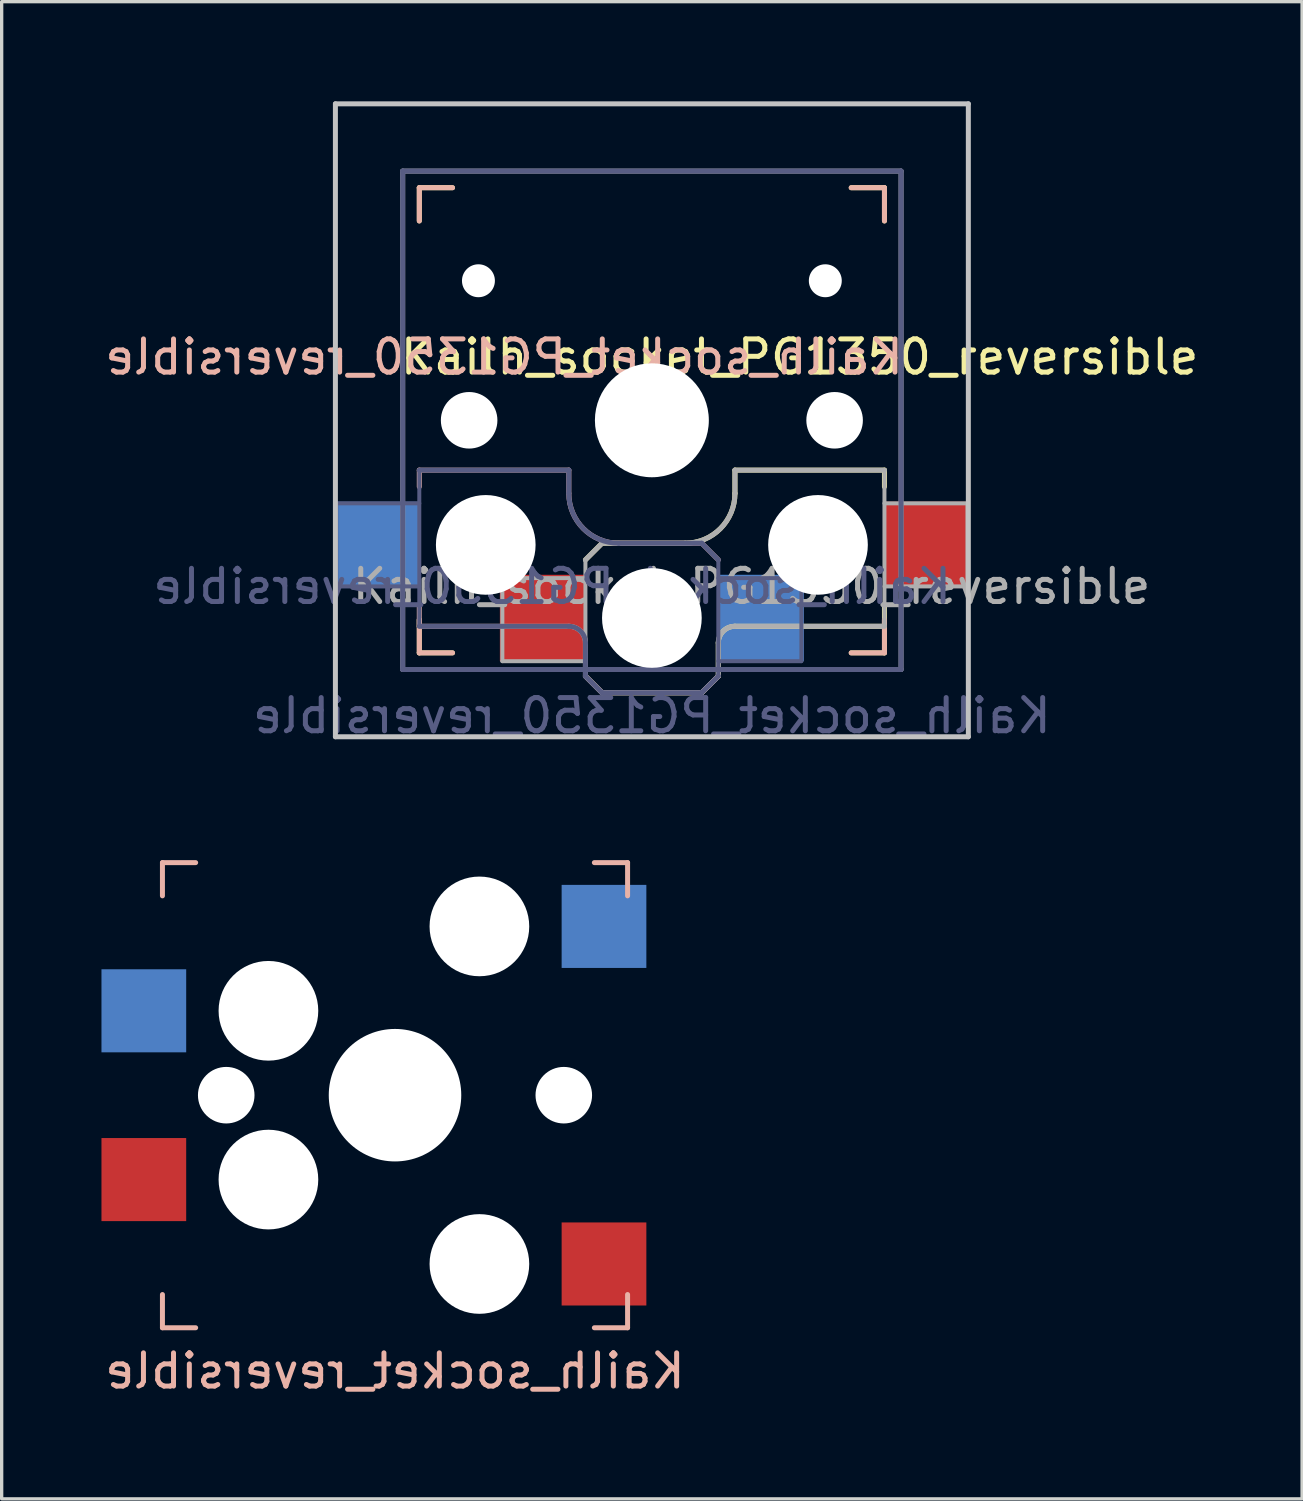
<source format=kicad_pcb>
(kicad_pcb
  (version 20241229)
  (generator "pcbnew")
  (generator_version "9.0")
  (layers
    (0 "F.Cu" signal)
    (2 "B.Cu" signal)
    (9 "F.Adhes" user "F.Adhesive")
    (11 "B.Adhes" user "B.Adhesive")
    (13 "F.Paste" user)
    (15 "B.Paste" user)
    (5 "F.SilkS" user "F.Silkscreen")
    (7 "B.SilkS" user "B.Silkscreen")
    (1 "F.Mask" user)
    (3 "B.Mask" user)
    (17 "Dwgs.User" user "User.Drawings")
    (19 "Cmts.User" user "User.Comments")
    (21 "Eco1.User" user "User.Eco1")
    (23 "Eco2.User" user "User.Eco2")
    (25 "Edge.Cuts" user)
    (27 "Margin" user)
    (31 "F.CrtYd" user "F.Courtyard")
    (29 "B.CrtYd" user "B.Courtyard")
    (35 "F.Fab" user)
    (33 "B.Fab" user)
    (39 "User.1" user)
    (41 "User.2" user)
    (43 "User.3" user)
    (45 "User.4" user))
  (footprint "Kailh_socket_PG1350_reversible"
    (layer "F.Cu")
    (at 16.57 9.6)
    (property "Reference" "Kailh_socket_PG1350_reversible" (at 4.445 -1.905 0) (layer "F.SilkS") (effects (font (size 1 1) (thickness 0.15))))
    (property "Value" "Kailh_socket_PG1350_reversible" (at 0 8.89 0) (layer "F.Fab") (hide yes) (effects (font (size 1 1) (thickness 0.15))))
    (attr smd)
    (fp_line (start -7 -7) (end -6 -7) (stroke (width 0.15) (type solid)) (layer "F.SilkS"))
    (fp_line (start -7 -6) (end -7 -7) (stroke (width 0.15) (type solid)) (layer "F.SilkS"))
    (fp_line (start -7 7) (end -7 6) (stroke (width 0.15) (type solid)) (layer "F.SilkS"))
    (fp_line (start -6 7) (end -7 7) (stroke (width 0.15) (type solid)) (layer "F.SilkS"))
    (fp_line (start -2 4.2) (end -1.5 3.7) (stroke (width 0.15) (type solid)) (layer "F.SilkS"))
    (fp_line (start -2 7.7) (end -1.5 8.2) (stroke (width 0.15) (type solid)) (layer "F.SilkS"))
    (fp_line (start -1.5 3.7) (end 1 3.7) (stroke (width 0.15) (type solid)) (layer "F.SilkS"))
    (fp_line (start -1.5 8.2) (end 1.5 8.2) (stroke (width 0.15) (type solid)) (layer "F.SilkS"))
    (fp_line (start 1.5 8.2) (end 2 7.7) (stroke (width 0.15) (type solid)) (layer "F.SilkS"))
    (fp_line (start 2 6.7) (end 2 7.7) (stroke (width 0.15) (type solid)) (layer "F.SilkS"))
    (fp_line (start 2.5 1.5) (end 7 1.5) (stroke (width 0.15) (type solid)) (layer "F.SilkS"))
    (fp_line (start 2.5 2.2) (end 2.5 1.5) (stroke (width 0.15) (type solid)) (layer "F.SilkS"))
    (fp_line (start 6 -7) (end 7 -7) (stroke (width 0.15) (type solid)) (layer "F.SilkS"))
    (fp_line (start 7 -7) (end 7 -6) (stroke (width 0.15) (type solid)) (layer "F.SilkS"))
    (fp_line (start 7 1.5) (end 7 2) (stroke (width 0.15) (type solid)) (layer "F.SilkS"))
    (fp_line (start 7 5.6) (end 7 6.2) (stroke (width 0.15) (type solid)) (layer "F.SilkS"))
    (fp_line (start 7 6) (end 7 7) (stroke (width 0.15) (type solid)) (layer "F.SilkS"))
    (fp_line (start 7 6.2) (end 2.5 6.2) (stroke (width 0.15) (type solid)) (layer "F.SilkS"))
    (fp_line (start 7 7) (end 6 7) (stroke (width 0.15) (type solid)) (layer "F.SilkS"))
    (fp_arc (start 2 6.7) (mid 2.146447 6.346447) (end 2.5 6.2) (stroke (width 0.15) (type solid)) (layer "F.SilkS"))
    (fp_arc (start 2.5 2.2) (mid 2.06066 3.26066) (end 1 3.7) (stroke (width 0.15) (type solid)) (layer "F.SilkS"))
    (fp_line (start -7 -7) (end -6 -7) (stroke (width 0.15) (type solid)) (layer "B.SilkS"))
    (fp_line (start -7 -6) (end -7 -7) (stroke (width 0.15) (type solid)) (layer "B.SilkS"))
    (fp_line (start -7 1.5) (end -7 2) (stroke (width 0.15) (type solid)) (layer "B.SilkS"))
    (fp_line (start -7 5.6) (end -7 6.2) (stroke (width 0.15) (type solid)) (layer "B.SilkS"))
    (fp_line (start -7 6.2) (end -2.5 6.2) (stroke (width 0.15) (type solid)) (layer "B.SilkS"))
    (fp_line (start -7 7) (end -7 6) (stroke (width 0.15) (type solid)) (layer "B.SilkS"))
    (fp_line (start -6 7) (end -7 7) (stroke (width 0.15) (type solid)) (layer "B.SilkS"))
    (fp_line (start -2.5 1.5) (end -7 1.5) (stroke (width 0.15) (type solid)) (layer "B.SilkS"))
    (fp_line (start -2.5 2.2) (end -2.5 1.5) (stroke (width 0.15) (type solid)) (layer "B.SilkS"))
    (fp_line (start -2 6.7) (end -2 7.7) (stroke (width 0.15) (type solid)) (layer "B.SilkS"))
    (fp_line (start -1.5 8.2) (end -2 7.7) (stroke (width 0.15) (type solid)) (layer "B.SilkS"))
    (fp_line (start 1.5 3.7) (end -1 3.7) (stroke (width 0.15) (type solid)) (layer "B.SilkS"))
    (fp_line (start 1.5 8.2) (end -1.5 8.2) (stroke (width 0.15) (type solid)) (layer "B.SilkS"))
    (fp_line (start 2 4.2) (end 1.5 3.7) (stroke (width 0.15) (type solid)) (layer "B.SilkS"))
    (fp_line (start 2 7.7) (end 1.5 8.2) (stroke (width 0.15) (type solid)) (layer "B.SilkS"))
    (fp_line (start 6 -7) (end 7 -7) (stroke (width 0.15) (type solid)) (layer "B.SilkS"))
    (fp_line (start 7 -7) (end 7 -6) (stroke (width 0.15) (type solid)) (layer "B.SilkS"))
    (fp_line (start 7 6) (end 7 7) (stroke (width 0.15) (type solid)) (layer "B.SilkS"))
    (fp_line (start 7 7) (end 6 7) (stroke (width 0.15) (type solid)) (layer "B.SilkS"))
    (fp_arc (start -2.5 6.2) (mid -2.146447 6.346447) (end -2 6.7) (stroke (width 0.15) (type solid)) (layer "B.SilkS"))
    (fp_arc (start -1 3.7) (mid -2.06066 3.26066) (end -2.5 2.2) (stroke (width 0.15) (type solid)) (layer "B.SilkS"))
    (fp_line (start -9.525 -9.525) (end 9.525 -9.525) (stroke (width 0.15) (type solid)) (layer "Dwgs.User"))
    (fp_line (start -9.525 9.525) (end -9.525 -9.525) (stroke (width 0.15) (type solid)) (layer "Dwgs.User"))
    (fp_line (start 9.525 -9.525) (end 9.525 9.525) (stroke (width 0.15) (type solid)) (layer "Dwgs.User"))
    (fp_line (start 9.525 9.525) (end -9.525 9.525) (stroke (width 0.15) (type solid)) (layer "Dwgs.User"))
    (fp_line (start -6.9 6.9) (end -6.9 -6.9) (stroke (width 0.15) (type solid)) (layer "Eco2.User"))
    (fp_line (start -6.9 6.9) (end 6.9 6.9) (stroke (width 0.15) (type solid)) (layer "Eco2.User"))
    (fp_line (start -2.6 -3.1) (end -2.6 -6.3) (stroke (width 0.15) (type solid)) (layer "Eco2.User"))
    (fp_line (start -2.6 -3.1) (end 2.6 -3.1) (stroke (width 0.15) (type solid)) (layer "Eco2.User"))
    (fp_line (start 2.6 -6.3) (end -2.6 -6.3) (stroke (width 0.15) (type solid)) (layer "Eco2.User"))
    (fp_line (start 2.6 -3.1) (end 2.6 -6.3) (stroke (width 0.15) (type solid)) (layer "Eco2.User"))
    (fp_line (start 6.9 -6.9) (end -6.9 -6.9) (stroke (width 0.15) (type solid)) (layer "Eco2.User"))
    (fp_line (start 6.9 -6.9) (end 6.9 6.9) (stroke (width 0.15) (type solid)) (layer "Eco2.User"))
    (fp_line (start -9.5 2.5) (end -7 2.5) (stroke (width 0.12) (type solid)) (layer "B.Fab"))
    (fp_line (start -9.5 5) (end -9.5 2.5) (stroke (width 0.12) (type solid)) (layer "B.Fab"))
    (fp_line (start -7.5 -7.5) (end 7.5 -7.5) (stroke (width 0.15) (type solid)) (layer "B.Fab"))
    (fp_line (start -7.5 7.5) (end -7.5 -7.5) (stroke (width 0.15) (type solid)) (layer "B.Fab"))
    (fp_line (start -7 1.5) (end -7 6.2) (stroke (width 0.12) (type solid)) (layer "B.Fab"))
    (fp_line (start -7 5) (end -9.5 5) (stroke (width 0.12) (type solid)) (layer "B.Fab"))
    (fp_line (start -7 6.2) (end -2.5 6.2) (stroke (width 0.15) (type solid)) (layer "B.Fab"))
    (fp_line (start -2.5 1.5) (end -7 1.5) (stroke (width 0.15) (type solid)) (layer "B.Fab"))
    (fp_line (start -2.5 2.2) (end -2.5 1.5) (stroke (width 0.15) (type solid)) (layer "B.Fab"))
    (fp_line (start -2 6.7) (end -2 7.7) (stroke (width 0.15) (type solid)) (layer "B.Fab"))
    (fp_line (start -1.5 8.2) (end -2 7.7) (stroke (width 0.15) (type solid)) (layer "B.Fab"))
    (fp_line (start 1.5 3.7) (end -1 3.7) (stroke (width 0.15) (type solid)) (layer "B.Fab"))
    (fp_line (start 1.5 8.2) (end -1.5 8.2) (stroke (width 0.15) (type solid)) (layer "B.Fab"))
    (fp_line (start 2 4.2) (end 1.5 3.7) (stroke (width 0.15) (type solid)) (layer "B.Fab"))
    (fp_line (start 2 4.25) (end 2 7.7) (stroke (width 0.12) (type solid)) (layer "B.Fab"))
    (fp_line (start 2 4.75) (end 4.5 4.75) (stroke (width 0.12) (type solid)) (layer "B.Fab"))
    (fp_line (start 2 7.7) (end 1.5 8.2) (stroke (width 0.15) (type solid)) (layer "B.Fab"))
    (fp_line (start 4.5 4.75) (end 4.5 7.25) (stroke (width 0.12) (type solid)) (layer "B.Fab"))
    (fp_line (start 4.5 7.25) (end 2 7.25) (stroke (width 0.12) (type solid)) (layer "B.Fab"))
    (fp_line (start 7.5 -7.5) (end 7.5 7.5) (stroke (width 0.15) (type solid)) (layer "B.Fab"))
    (fp_line (start 7.5 7.5) (end -7.5 7.5) (stroke (width 0.15) (type solid)) (layer "B.Fab"))
    (fp_arc (start -2.5 6.2) (mid -2.146447 6.346447) (end -2 6.7) (stroke (width 0.15) (type solid)) (layer "B.Fab"))
    (fp_arc (start -1 3.7) (mid -2.06066 3.26066) (end -2.5 2.2) (stroke (width 0.15) (type solid)) (layer "B.Fab"))
    (fp_line (start -7.5 -7.5) (end 7.5 -7.5) (stroke (width 0.15) (type solid)) (layer "F.Fab"))
    (fp_line (start -7.5 7.5) (end -7.5 -7.5) (stroke (width 0.15) (type solid)) (layer "F.Fab"))
    (fp_line (start -4.5 4.75) (end -4.5 7.25) (stroke (width 0.12) (type solid)) (layer "F.Fab"))
    (fp_line (start -4.5 7.25) (end -2 7.25) (stroke (width 0.12) (type solid)) (layer "F.Fab"))
    (fp_line (start -2 4.2) (end -1.5 3.7) (stroke (width 0.15) (type solid)) (layer "F.Fab"))
    (fp_line (start -2 4.25) (end -2 7.7) (stroke (width 0.12) (type solid)) (layer "F.Fab"))
    (fp_line (start -2 4.75) (end -4.5 4.75) (stroke (width 0.12) (type solid)) (layer "F.Fab"))
    (fp_line (start -2 7.7) (end -1.5 8.2) (stroke (width 0.15) (type solid)) (layer "F.Fab"))
    (fp_line (start -1.5 3.7) (end 1 3.7) (stroke (width 0.15) (type solid)) (layer "F.Fab"))
    (fp_line (start -1.5 8.2) (end 1.5 8.2) (stroke (width 0.15) (type solid)) (layer "F.Fab"))
    (fp_line (start 1.5 8.2) (end 2 7.7) (stroke (width 0.15) (type solid)) (layer "F.Fab"))
    (fp_line (start 2 6.7) (end 2 7.7) (stroke (width 0.15) (type solid)) (layer "F.Fab"))
    (fp_line (start 2.5 1.5) (end 7 1.5) (stroke (width 0.15) (type solid)) (layer "F.Fab"))
    (fp_line (start 2.5 2.2) (end 2.5 1.5) (stroke (width 0.15) (type solid)) (layer "F.Fab"))
    (fp_line (start 7 1.5) (end 7 6.2) (stroke (width 0.12) (type solid)) (layer "F.Fab"))
    (fp_line (start 7 5) (end 9.5 5) (stroke (width 0.12) (type solid)) (layer "F.Fab"))
    (fp_line (start 7 6.2) (end 2.5 6.2) (stroke (width 0.15) (type solid)) (layer "F.Fab"))
    (fp_line (start 7.5 -7.5) (end 7.5 7.5) (stroke (width 0.15) (type solid)) (layer "F.Fab"))
    (fp_line (start 7.5 7.5) (end -7.5 7.5) (stroke (width 0.15) (type solid)) (layer "F.Fab"))
    (fp_line (start 9.5 2.5) (end 7 2.5) (stroke (width 0.12) (type solid)) (layer "F.Fab"))
    (fp_line (start 9.5 5) (end 9.5 2.5) (stroke (width 0.12) (type solid)) (layer "F.Fab"))
    (fp_arc (start 2 6.7) (mid 2.146447 6.346447) (end 2.5 6.2) (stroke (width 0.15) (type solid)) (layer "F.Fab"))
    (fp_arc (start 2.5 2.2) (mid 2.06066 3.26066) (end 1 3.7) (stroke (width 0.15) (type solid)) (layer "F.Fab"))
    (fp_text user "${REFERENCE}" (at -4.445 -1.905 0) (layer "B.SilkS") (effects (font (size 1 1) (thickness 0.15)) (justify mirror)))
    (fp_text user "${VALUE}" (at 0 8.89 0) (layer "B.Fab") (effects (font (size 1 1) (thickness 0.15)) (justify mirror)))
    (fp_text user "${REFERENCE}" (at -3 5 0) (layer "B.Fab") (effects (font (size 1 1) (thickness 0.15)) (justify mirror)))
    (fp_text user "${REFERENCE}" (at 3 5 180) (layer "F.Fab") (effects (font (size 1 1) (thickness 0.15))))
    (pad "" np_thru_hole circle (at -5.5 0) (size 1.702 1.702) (drill 1.702) (layers "*.Cu" "*.Mask"))
    (pad "" np_thru_hole circle (at -5.22 -4.2) (size 0.991 0.991) (drill 0.991) (layers "*.Cu" "*.Mask"))
    (pad "" np_thru_hole circle (at -5 3.75) (size 3 3) (drill 3) (layers "*.Cu" "*.Mask"))
    (pad "" np_thru_hole circle (at 0 0) (size 3.429 3.429) (drill 3.429) (layers "*.Cu" "*.Mask"))
    (pad "" np_thru_hole circle (at 0 5.95) (size 3 3) (drill 3) (layers "*.Cu" "*.Mask"))
    (pad "" np_thru_hole circle (at 5 3.75) (size 3 3) (drill 3) (layers "*.Cu" "*.Mask"))
    (pad "" np_thru_hole circle (at 5.22 -4.2) (size 0.991 0.991) (drill 0.991) (layers "*.Cu" "*.Mask"))
    (pad "" np_thru_hole circle (at 5.5 0) (size 1.702 1.702) (drill 1.702) (layers "*.Cu" "*.Mask"))
    (pad "1" smd rect (at -3.275 5.95) (size 2.6 2.6) (layers "F.Cu" "F.Mask" "F.Paste"))
    (pad "1" smd rect (at 3.275 5.95) (size 2.6 2.6) (layers "B.Cu" "B.Mask" "B.Paste"))
    (pad "2" smd rect (at -8.275 3.75) (size 2.6 2.6) (layers "B.Cu" "B.Mask" "B.Paste"))
    (pad "2" smd rect (at 8.275 3.75) (size 2.6 2.6) (layers "F.Cu" "F.Mask" "F.Paste")))
  (footprint "Kailh_socket_reversible"
    (layer "F.Cu")
    (at 8.839 29.913)
    (property "Reference" "Kailh_socket_reversible" (at 0 8.3 0) (layer "B.SilkS") (effects (font (size 1 1) (thickness 0.15)) (justify mirror)))
    (attr through_hole)
    (fp_line (start -7 -7) (end -6 -7) (stroke (width 0.15) (type solid)) (layer "B.SilkS"))
    (fp_line (start -7 -6) (end -7 -7) (stroke (width 0.15) (type solid)) (layer "B.SilkS"))
    (fp_line (start -7 7) (end -7 6) (stroke (width 0.15) (type solid)) (layer "B.SilkS"))
    (fp_line (start -6 7) (end -7 7) (stroke (width 0.15) (type solid)) (layer "B.SilkS"))
    (fp_line (start 6 -7) (end 7 -7) (stroke (width 0.15) (type solid)) (layer "B.SilkS"))
    (fp_line (start 7 -7) (end 7 -6) (stroke (width 0.15) (type solid)) (layer "B.SilkS"))
    (fp_line (start 7 6) (end 7 7) (stroke (width 0.15) (type solid)) (layer "B.SilkS"))
    (fp_line (start 7 7) (end 6 7) (stroke (width 0.15) (type solid)) (layer "B.SilkS"))
    (fp_line (start -7.5 -7.5) (end 7.5 -7.5) (stroke (width 0.15) (type solid)) (layer "Eco2.User"))
    (fp_line (start -7.5 7.5) (end -7.5 -7.5) (stroke (width 0.15) (type solid)) (layer "Eco2.User"))
    (fp_line (start -6.9 6.9) (end -6.9 -6.9) (stroke (width 0.15) (type solid)) (layer "Eco2.User"))
    (fp_line (start -6.9 6.9) (end 6.9 6.9) (stroke (width 0.15) (type solid)) (layer "Eco2.User"))
    (fp_line (start 6.9 -6.9) (end -6.9 -6.9) (stroke (width 0.15) (type solid)) (layer "Eco2.User"))
    (fp_line (start 6.9 -6.9) (end 6.9 6.9) (stroke (width 0.15) (type solid)) (layer "Eco2.User"))
    (fp_line (start 7.5 -7.5) (end 7.5 7.5) (stroke (width 0.15) (type solid)) (layer "Eco2.User"))
    (fp_line (start 7.5 7.5) (end -7.5 7.5) (stroke (width 0.15) (type solid)) (layer "Eco2.User"))
    (pad "" np_thru_hole circle (at -5.08 0) (size 1.702 1.702) (drill 1.702) (layers "*.Cu" "*.Mask"))
    (pad "" np_thru_hole circle (at -3.81 -2.54) (size 3 3) (drill 3) (layers "*.Cu" "*.Mask"))
    (pad "" np_thru_hole circle (at -3.81 2.54) (size 3 3) (drill 3) (layers "*.Cu" "*.Mask"))
    (pad "" np_thru_hole circle (at 0 0) (size 3.988 3.988) (drill 3.988) (layers "*.Cu" "*.Mask"))
    (pad "" np_thru_hole circle (at 2.54 -5.08) (size 3 3) (drill 3) (layers "*.Cu" "*.Mask"))
    (pad "" np_thru_hole circle (at 2.54 5.08) (size 3 3) (drill 3) (layers "*.Cu" "*.Mask"))
    (pad "" np_thru_hole circle (at 5.08 0) (size 1.702 1.702) (drill 1.702) (layers "*.Cu" "*.Mask"))
    (pad "1" smd rect (at 6.29 -5.08) (size 2.55 2.5) (layers "B.Cu" "B.Mask" "B.Paste"))
    (pad "1" smd rect (at 6.29 5.08) (size 2.55 2.5) (layers "F.Cu" "F.Mask" "F.Paste"))
    (pad "2" smd rect (at -7.56 -2.54) (size 2.55 2.5) (layers "B.Cu" "B.Mask" "B.Paste"))
    (pad "2" smd rect (at -7.56 2.54) (size 2.55 2.5) (layers "F.Cu" "F.Mask" "F.Paste")))
  (gr_rect
    (start -3 -3)
    (end 36.14 42.062)
    (stroke (width 0.1) (type default))
    (fill no)
    (layer "Edge.Cuts")))
</source>
